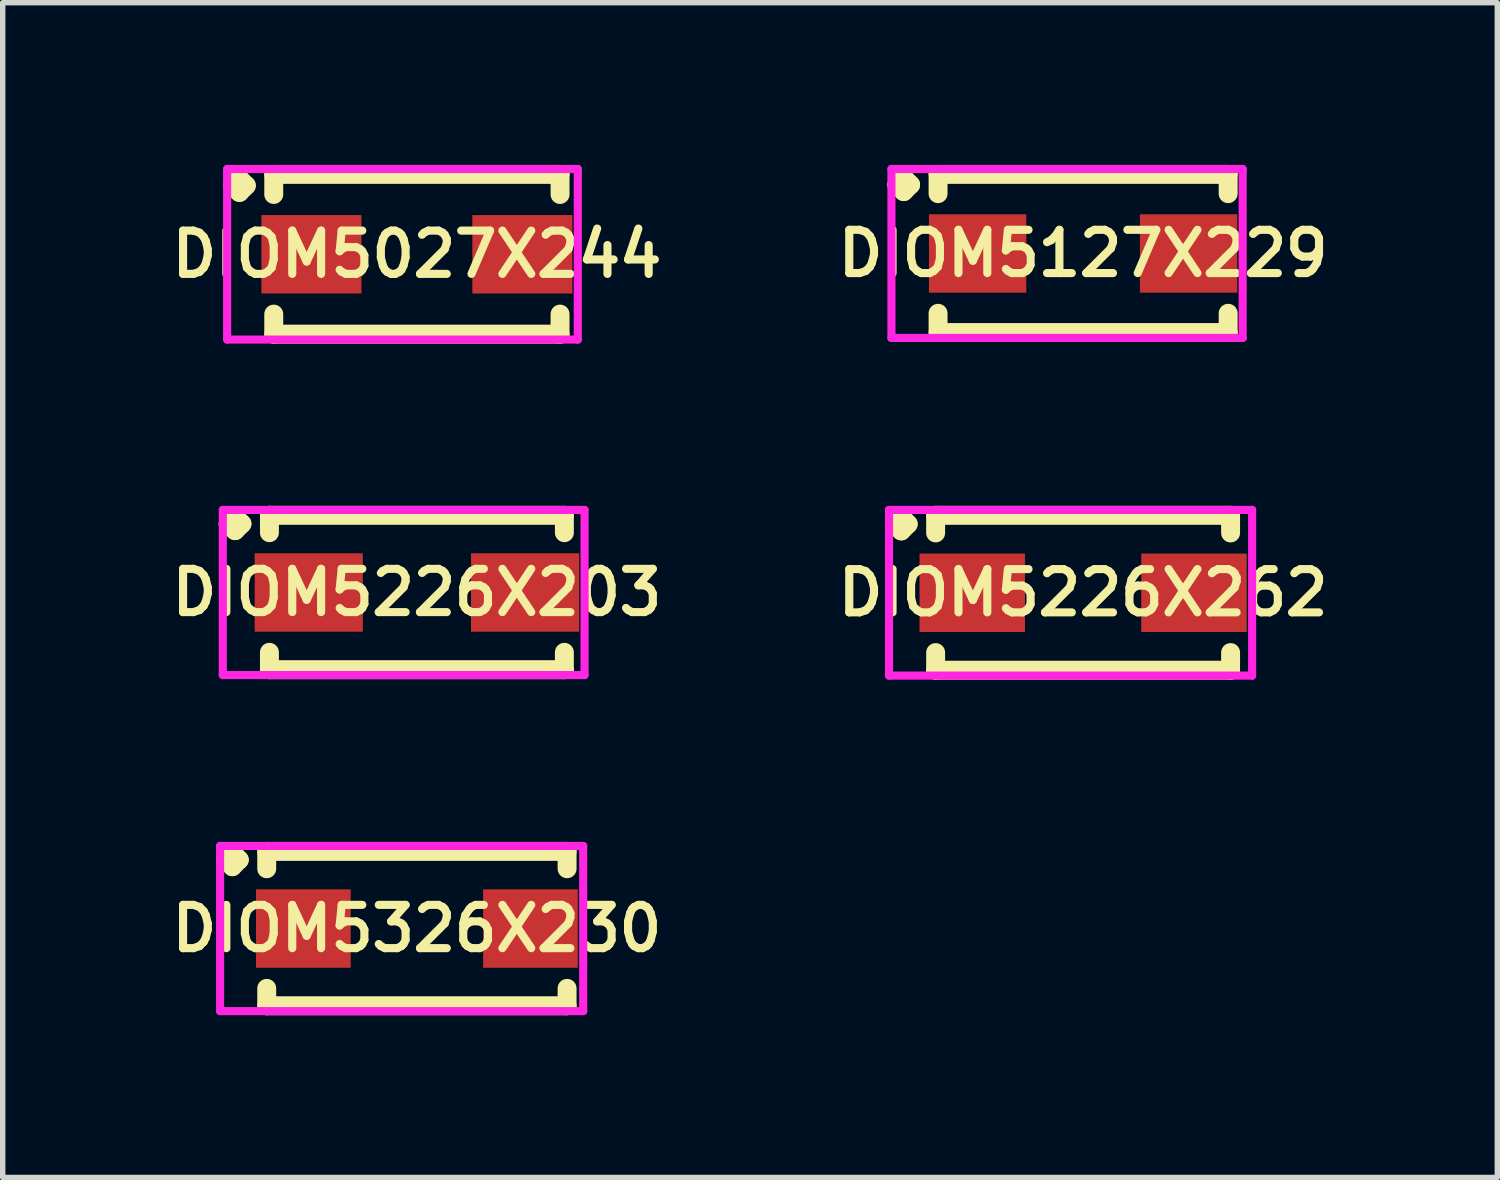
<source format=kicad_pcb>
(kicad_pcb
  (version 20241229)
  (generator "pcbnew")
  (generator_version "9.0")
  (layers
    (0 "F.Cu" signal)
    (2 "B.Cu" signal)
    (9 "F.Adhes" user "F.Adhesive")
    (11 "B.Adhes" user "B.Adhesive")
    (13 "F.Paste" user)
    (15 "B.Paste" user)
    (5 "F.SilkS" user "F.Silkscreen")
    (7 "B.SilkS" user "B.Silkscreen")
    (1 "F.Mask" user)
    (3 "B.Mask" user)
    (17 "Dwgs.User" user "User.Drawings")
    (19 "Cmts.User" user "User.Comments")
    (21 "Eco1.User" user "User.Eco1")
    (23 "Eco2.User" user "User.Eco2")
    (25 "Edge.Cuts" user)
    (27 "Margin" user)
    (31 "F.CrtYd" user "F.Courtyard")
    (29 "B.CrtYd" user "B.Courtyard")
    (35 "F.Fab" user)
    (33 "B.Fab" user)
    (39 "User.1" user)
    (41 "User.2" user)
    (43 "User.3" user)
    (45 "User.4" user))
  (footprint "DIOM5226X203"
    (layer "F.Cu")
    (at 4.659 7.906)
    (property "Reference" "DIOM5226X203" (at 0 0 0) (layer "F.SilkS") (effects (font (size 0.8 0.8) (thickness 0.15))))
    (attr through_hole)
    (fp_line (start -3.489 -1.271) (end -3.362 -1.398) (stroke (width 0.35) (type solid)) (layer "F.SilkS"))
    (fp_line (start -3.362 -1.398) (end -3.235 -1.271) (stroke (width 0.35) (type solid)) (layer "F.SilkS"))
    (fp_line (start -3.362 -1.144) (end -3.489 -1.271) (stroke (width 0.35) (type solid)) (layer "F.SilkS"))
    (fp_line (start -3.235 -1.271) (end -3.362 -1.144) (stroke (width 0.35) (type solid)) (layer "F.SilkS"))
    (fp_line (start -2.727 -1.427) (end 2.727 -1.427) (stroke (width 0.35) (type solid)) (layer "F.SilkS"))
    (fp_line (start -2.727 -1.106) (end -2.727 -1.427) (stroke (width 0.35) (type solid)) (layer "F.SilkS"))
    (fp_line (start -2.727 1.106) (end -2.727 1.427) (stroke (width 0.35) (type solid)) (layer "F.SilkS"))
    (fp_line (start -2.727 1.427) (end 2.727 1.427) (stroke (width 0.35) (type solid)) (layer "F.SilkS"))
    (fp_line (start 2.727 -1.427) (end 2.727 -1.106) (stroke (width 0.35) (type solid)) (layer "F.SilkS"))
    (fp_line (start 2.727 1.427) (end 2.727 1.106) (stroke (width 0.35) (type solid)) (layer "F.SilkS"))
    (fp_line (start -3.589 -1.527) (end 3.1 -1.527) (stroke (width 0.15) (type solid)) (layer "F.CrtYd"))
    (fp_line (start -3.589 1.527) (end -3.589 -1.527) (stroke (width 0.15) (type solid)) (layer "F.CrtYd"))
    (fp_line (start 3.1 -1.527) (end 3.1 1.527) (stroke (width 0.15) (type solid)) (layer "F.CrtYd"))
    (fp_line (start 3.1 1.527) (end -3.589 1.527) (stroke (width 0.15) (type solid)) (layer "F.CrtYd"))
    (pad "1" smd rect (at -2 0) (size 2 1.45) (layers "F.Cu" "F.Mask" "F.Paste"))
    (pad "2" smd rect (at 2 0) (size 2 1.45) (layers "F.Cu" "F.Mask" "F.Paste")))
  (footprint "DIOM5027X244"
    (layer "F.Cu")
    (at 4.659 1.652)
    (property "Reference" "DIOM5027X244" (at 0 0 0) (layer "F.SilkS") (effects (font (size 0.8 0.8) (thickness 0.15))))
    (attr smd)
    (fp_line (start -3.409 -1.271) (end -3.282 -1.398) (stroke (width 0.35) (type solid)) (layer "F.SilkS"))
    (fp_line (start -3.282 -1.398) (end -3.155 -1.271) (stroke (width 0.35) (type solid)) (layer "F.SilkS"))
    (fp_line (start -3.282 -1.144) (end -3.409 -1.271) (stroke (width 0.35) (type solid)) (layer "F.SilkS"))
    (fp_line (start -3.155 -1.271) (end -3.282 -1.144) (stroke (width 0.35) (type solid)) (layer "F.SilkS"))
    (fp_line (start -2.647 -1.477) (end 2.647 -1.477) (stroke (width 0.35) (type solid)) (layer "F.SilkS"))
    (fp_line (start -2.647 -1.106) (end -2.647 -1.477) (stroke (width 0.35) (type solid)) (layer "F.SilkS"))
    (fp_line (start -2.647 1.106) (end -2.647 1.477) (stroke (width 0.35) (type solid)) (layer "F.SilkS"))
    (fp_line (start -2.647 1.477) (end 2.647 1.477) (stroke (width 0.35) (type solid)) (layer "F.SilkS"))
    (fp_line (start 2.647 -1.477) (end 2.647 -1.106) (stroke (width 0.35) (type solid)) (layer "F.SilkS"))
    (fp_line (start 2.647 1.477) (end 2.647 1.106) (stroke (width 0.35) (type solid)) (layer "F.SilkS"))
    (fp_line (start -3.509 -1.577) (end 2.975 -1.577) (stroke (width 0.15) (type solid)) (layer "F.CrtYd"))
    (fp_line (start -3.509 1.577) (end -3.509 -1.577) (stroke (width 0.15) (type solid)) (layer "F.CrtYd"))
    (fp_line (start 2.975 -1.577) (end 2.975 1.577) (stroke (width 0.15) (type solid)) (layer "F.CrtYd"))
    (fp_line (start 2.975 1.577) (end -3.509 1.577) (stroke (width 0.15) (type solid)) (layer "F.CrtYd"))
    (pad "1" smd rect (at -1.95 0) (size 1.85 1.45) (layers "F.Cu" "F.Mask" "F.Paste"))
    (pad "2" smd rect (at 1.95 0) (size 1.85 1.45) (layers "F.Cu" "F.Mask" "F.Paste")))
  (footprint "DIOM5226X262"
    (layer "F.Cu")
    (at 16.978 7.911)
    (property "Reference" "DIOM5226X262" (at 0 0 0) (layer "F.SilkS") (effects (font (size 0.8 0.8) (thickness 0.15))))
    (attr smd)
    (fp_line (start -3.489 -1.271) (end -3.362 -1.398) (stroke (width 0.35) (type solid)) (layer "F.SilkS"))
    (fp_line (start -3.362 -1.398) (end -3.235 -1.271) (stroke (width 0.35) (type solid)) (layer "F.SilkS"))
    (fp_line (start -3.362 -1.144) (end -3.489 -1.271) (stroke (width 0.35) (type solid)) (layer "F.SilkS"))
    (fp_line (start -3.235 -1.271) (end -3.362 -1.144) (stroke (width 0.35) (type solid)) (layer "F.SilkS"))
    (fp_line (start -2.727 -1.432) (end 2.727 -1.432) (stroke (width 0.35) (type solid)) (layer "F.SilkS"))
    (fp_line (start -2.727 -1.106) (end -2.727 -1.432) (stroke (width 0.35) (type solid)) (layer "F.SilkS"))
    (fp_line (start -2.727 1.106) (end -2.727 1.432) (stroke (width 0.35) (type solid)) (layer "F.SilkS"))
    (fp_line (start -2.727 1.432) (end 2.727 1.432) (stroke (width 0.35) (type solid)) (layer "F.SilkS"))
    (fp_line (start 2.727 -1.432) (end 2.727 -1.106) (stroke (width 0.35) (type solid)) (layer "F.SilkS"))
    (fp_line (start 2.727 1.432) (end 2.727 1.106) (stroke (width 0.35) (type solid)) (layer "F.SilkS"))
    (fp_line (start -3.589 -1.532) (end 3.125 -1.532) (stroke (width 0.15) (type solid)) (layer "F.CrtYd"))
    (fp_line (start -3.589 1.532) (end -3.589 -1.532) (stroke (width 0.15) (type solid)) (layer "F.CrtYd"))
    (fp_line (start 3.125 -1.532) (end 3.125 1.532) (stroke (width 0.15) (type solid)) (layer "F.CrtYd"))
    (fp_line (start 3.125 1.532) (end -3.589 1.532) (stroke (width 0.15) (type solid)) (layer "F.CrtYd"))
    (pad "1" smd rect (at -2.05 0) (size 1.95 1.45) (layers "F.Cu" "F.Mask" "F.Paste"))
    (pad "2" smd rect (at 2.05 0) (size 1.95 1.45) (layers "F.Cu" "F.Mask" "F.Paste")))
  (footprint "DIOM5127X229"
    (layer "F.Cu")
    (at 16.978 1.637)
    (property "Reference" "DIOM5127X229" (at 0 0 0) (layer "F.SilkS") (effects (font (size 0.8 0.8) (thickness 0.15))))
    (attr smd)
    (fp_line (start -3.444 -1.271) (end -3.317 -1.398) (stroke (width 0.35) (type solid)) (layer "F.SilkS"))
    (fp_line (start -3.317 -1.398) (end -3.19 -1.271) (stroke (width 0.35) (type solid)) (layer "F.SilkS"))
    (fp_line (start -3.317 -1.144) (end -3.444 -1.271) (stroke (width 0.35) (type solid)) (layer "F.SilkS"))
    (fp_line (start -3.19 -1.271) (end -3.317 -1.144) (stroke (width 0.35) (type solid)) (layer "F.SilkS"))
    (fp_line (start -2.682 -1.462) (end 2.682 -1.462) (stroke (width 0.35) (type solid)) (layer "F.SilkS"))
    (fp_line (start -2.682 -1.106) (end -2.682 -1.462) (stroke (width 0.35) (type solid)) (layer "F.SilkS"))
    (fp_line (start -2.682 1.106) (end -2.682 1.462) (stroke (width 0.35) (type solid)) (layer "F.SilkS"))
    (fp_line (start -2.682 1.462) (end 2.682 1.462) (stroke (width 0.35) (type solid)) (layer "F.SilkS"))
    (fp_line (start 2.682 -1.462) (end 2.682 -1.106) (stroke (width 0.35) (type solid)) (layer "F.SilkS"))
    (fp_line (start 2.682 1.462) (end 2.682 1.106) (stroke (width 0.35) (type solid)) (layer "F.SilkS"))
    (fp_line (start -3.544 -1.562) (end 2.95 -1.562) (stroke (width 0.15) (type solid)) (layer "F.CrtYd"))
    (fp_line (start -3.544 1.562) (end -3.544 -1.562) (stroke (width 0.15) (type solid)) (layer "F.CrtYd"))
    (fp_line (start 2.95 -1.562) (end 2.95 1.562) (stroke (width 0.15) (type solid)) (layer "F.CrtYd"))
    (fp_line (start 2.95 1.562) (end -3.544 1.562) (stroke (width 0.15) (type solid)) (layer "F.CrtYd"))
    (pad "1" smd rect (at -1.95 0) (size 1.8 1.45) (layers "F.Cu" "F.Mask" "F.Paste"))
    (pad "2" smd rect (at 1.95 0) (size 1.8 1.45) (layers "F.Cu" "F.Mask" "F.Paste")))
  (footprint "DIOM5326X230"
    (layer "F.Cu")
    (at 4.659 14.12)
    (property "Reference" "DIOM5326X230" (at 0 0 0) (layer "F.SilkS") (effects (font (size 0.8 0.8) (thickness 0.15))))
    (attr smd)
    (fp_line (start -3.539 -1.271) (end -3.412 -1.398) (stroke (width 0.35) (type solid)) (layer "F.SilkS"))
    (fp_line (start -3.412 -1.398) (end -3.285 -1.271) (stroke (width 0.35) (type solid)) (layer "F.SilkS"))
    (fp_line (start -3.412 -1.144) (end -3.539 -1.271) (stroke (width 0.35) (type solid)) (layer "F.SilkS"))
    (fp_line (start -3.285 -1.271) (end -3.412 -1.144) (stroke (width 0.35) (type solid)) (layer "F.SilkS"))
    (fp_line (start -2.777 -1.427) (end 2.777 -1.427) (stroke (width 0.35) (type solid)) (layer "F.SilkS"))
    (fp_line (start -2.777 -1.106) (end -2.777 -1.427) (stroke (width 0.35) (type solid)) (layer "F.SilkS"))
    (fp_line (start -2.777 1.106) (end -2.777 1.427) (stroke (width 0.35) (type solid)) (layer "F.SilkS"))
    (fp_line (start -2.777 1.427) (end 2.777 1.427) (stroke (width 0.35) (type solid)) (layer "F.SilkS"))
    (fp_line (start 2.777 -1.427) (end 2.777 -1.106) (stroke (width 0.35) (type solid)) (layer "F.SilkS"))
    (fp_line (start 2.777 1.427) (end 2.777 1.106) (stroke (width 0.35) (type solid)) (layer "F.SilkS"))
    (fp_line (start -3.639 -1.527) (end 3.075 -1.527) (stroke (width 0.15) (type solid)) (layer "F.CrtYd"))
    (fp_line (start -3.639 1.527) (end -3.639 -1.527) (stroke (width 0.15) (type solid)) (layer "F.CrtYd"))
    (fp_line (start 3.075 -1.527) (end 3.075 1.527) (stroke (width 0.15) (type solid)) (layer "F.CrtYd"))
    (fp_line (start 3.075 1.527) (end -3.639 1.527) (stroke (width 0.15) (type solid)) (layer "F.CrtYd"))
    (pad "1" smd rect (at -2.1 0) (size 1.75 1.45) (layers "F.Cu" "F.Mask" "F.Paste"))
    (pad "2" smd rect (at 2.1 0) (size 1.75 1.45) (layers "F.Cu" "F.Mask" "F.Paste")))
  (gr_rect
    (start -3 -3)
    (end 24.637 18.722)
    (stroke (width 0.1) (type default))
    (fill no)
    (layer "Edge.Cuts")))
</source>
